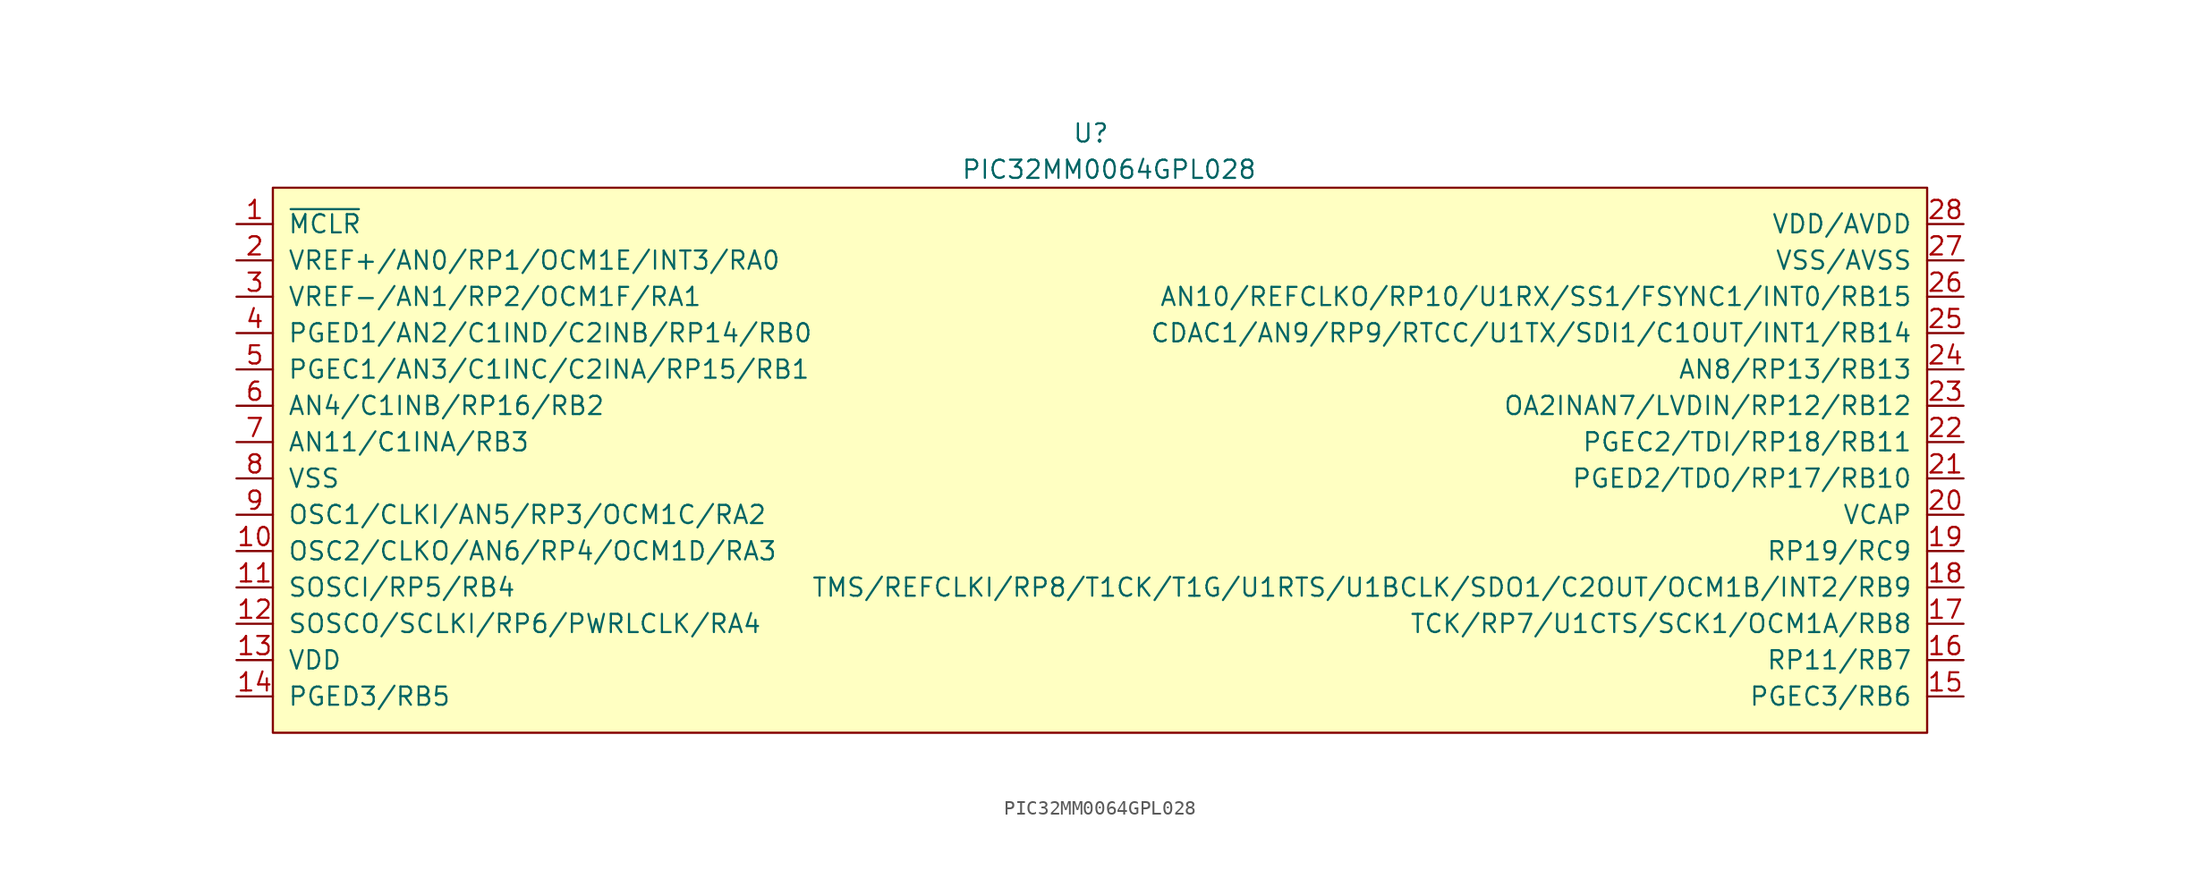
<source format=kicad_sym>
(kicad_symbol_lib
  (version 20220914)
  (generator kicad_symbol_editor)
  (symbol "PIC32MM0064GPL028"
    (pin_names
      (offset 1.016))
    (property "Reference" "U"
      (at 0 0 0)
      (effects (font (size 1.27 1.27))))
    (property "Value" "PIC32MM0064GPL028"
      (at 1.27 -2.54 0)
      (effects (font (size 1.27 1.27))))
    (symbol "PIC32MM0064GPL028_1_1"
      (rectangle (start -57.15 -3.81) (end 58.42 -41.91) (stroke (width 0) (type default)) (fill (type background)))
      (pin bidirectional line (at -59.69 -6.35 0) (length 2.54) (name "~{MCLR}" (effects (font (size 1.27 1.27)))) (number "1" (effects (font (size 1.27 1.27)))))
      (pin bidirectional line (at -59.69 -29.21 0) (length 2.54) (name "OSC2/CLKO/AN6/RP4/OCM1D/RA3" (effects (font (size 1.27 1.27)))) (number "10" (effects (font (size 1.27 1.27)))))
      (pin bidirectional line (at -59.69 -31.75 0) (length 2.54) (name "SOSCI/RP5/RB4" (effects (font (size 1.27 1.27)))) (number "11" (effects (font (size 1.27 1.27)))))
      (pin bidirectional line (at -59.69 -34.29 0) (length 2.54) (name "SOSCO/SCLKI/RP6/PWRLCLK/RA4" (effects (font (size 1.27 1.27)))) (number "12" (effects (font (size 1.27 1.27)))))
      (pin power_in line (at -59.69 -36.83 0) (length 2.54) (name "VDD" (effects (font (size 1.27 1.27)))) (number "13" (effects (font (size 1.27 1.27)))))
      (pin bidirectional line (at -59.69 -39.37 0) (length 2.54) (name "PGED3/RB5" (effects (font (size 1.27 1.27)))) (number "14" (effects (font (size 1.27 1.27)))))
      (pin bidirectional line (at 60.96 -39.37 180) (length 2.54) (name "PGEC3/RB6" (effects (font (size 1.27 1.27)))) (number "15" (effects (font (size 1.27 1.27)))))
      (pin bidirectional line (at 60.96 -36.83 180) (length 2.54) (name "RP11/RB7" (effects (font (size 1.27 1.27)))) (number "16" (effects (font (size 1.27 1.27)))))
      (pin bidirectional line (at 60.96 -34.29 180) (length 2.54) (name "TCK/RP7/U1CTS/SCK1/OCM1A/RB8" (effects (font (size 1.27 1.27)))) (number "17" (effects (font (size 1.27 1.27)))))
      (pin bidirectional line (at 60.96 -31.75 180) (length 2.54) (name "TMS/REFCLKI/RP8/T1CK/T1G/U1RTS/U1BCLK/SDO1/C2OUT/OCM1B/INT2/RB9" (effects (font (size 1.27 1.27)))) (number "18" (effects (font (size 1.27 1.27)))))
      (pin bidirectional line (at 60.96 -29.21 180) (length 2.54) (name "RP19/RC9" (effects (font (size 1.27 1.27)))) (number "19" (effects (font (size 1.27 1.27)))))
      (pin bidirectional line (at -59.69 -8.89 0) (length 2.54) (name "VREF+/AN0/RP1/OCM1E/INT3/RA0" (effects (font (size 1.27 1.27)))) (number "2" (effects (font (size 1.27 1.27)))))
      (pin bidirectional line (at 60.96 -26.67 180) (length 2.54) (name "VCAP" (effects (font (size 1.27 1.27)))) (number "20" (effects (font (size 1.27 1.27)))))
      (pin bidirectional line (at 60.96 -24.13 180) (length 2.54) (name "PGED2/TDO/RP17/RB10" (effects (font (size 1.27 1.27)))) (number "21" (effects (font (size 1.27 1.27)))))
      (pin bidirectional line (at 60.96 -21.59 180) (length 2.54) (name "PGEC2/TDI/RP18/RB11" (effects (font (size 1.27 1.27)))) (number "22" (effects (font (size 1.27 1.27)))))
      (pin bidirectional line (at 60.96 -19.05 180) (length 2.54) (name "OA2INAN7/LVDIN/RP12/RB12" (effects (font (size 1.27 1.27)))) (number "23" (effects (font (size 1.27 1.27)))))
      (pin bidirectional line (at 60.96 -16.51 180) (length 2.54) (name "AN8/RP13/RB13" (effects (font (size 1.27 1.27)))) (number "24" (effects (font (size 1.27 1.27)))))
      (pin bidirectional line (at 60.96 -13.97 180) (length 2.54) (name "CDAC1/AN9/RP9/RTCC/U1TX/SDI1/C1OUT/INT1/RB14" (effects (font (size 1.27 1.27)))) (number "25" (effects (font (size 1.27 1.27)))))
      (pin bidirectional line (at 60.96 -11.43 180) (length 2.54) (name "AN10/REFCLKO/RP10/U1RX/SS1/FSYNC1/INT0/RB15" (effects (font (size 1.27 1.27)))) (number "26" (effects (font (size 1.27 1.27)))))
      (pin power_in line (at 60.96 -8.89 180) (length 2.54) (name "VSS/AVSS" (effects (font (size 1.27 1.27)))) (number "27" (effects (font (size 1.27 1.27)))))
      (pin power_in line (at 60.96 -6.35 180) (length 2.54) (name "VDD/AVDD" (effects (font (size 1.27 1.27)))) (number "28" (effects (font (size 1.27 1.27)))))
      (pin bidirectional line (at -59.69 -11.43 0) (length 2.54) (name "VREF-/AN1/RP2/OCM1F/RA1" (effects (font (size 1.27 1.27)))) (number "3" (effects (font (size 1.27 1.27)))))
      (pin bidirectional line (at -59.69 -13.97 0) (length 2.54) (name "PGED1/AN2/C1IND/C2INB/RP14/RB0" (effects (font (size 1.27 1.27)))) (number "4" (effects (font (size 1.27 1.27)))))
      (pin bidirectional line (at -59.69 -16.51 0) (length 2.54) (name "PGEC1/AN3/C1INC/C2INA/RP15/RB1" (effects (font (size 1.27 1.27)))) (number "5" (effects (font (size 1.27 1.27)))))
      (pin bidirectional line (at -59.69 -19.05 0) (length 2.54) (name "AN4/C1INB/RP16/RB2" (effects (font (size 1.27 1.27)))) (number "6" (effects (font (size 1.27 1.27)))))
      (pin bidirectional line (at -59.69 -21.59 0) (length 2.54) (name "AN11/C1INA/RB3" (effects (font (size 1.27 1.27)))) (number "7" (effects (font (size 1.27 1.27)))))
      (pin power_in line (at -59.69 -24.13 0) (length 2.54) (name "VSS" (effects (font (size 1.27 1.27)))) (number "8" (effects (font (size 1.27 1.27)))))
      (pin bidirectional line (at -59.69 -26.67 0) (length 2.54) (name "OSC1/CLKI/AN5/RP3/OCM1C/RA2" (effects (font (size 1.27 1.27)))) (number "9" (effects (font (size 1.27 1.27))))))))
</source>
